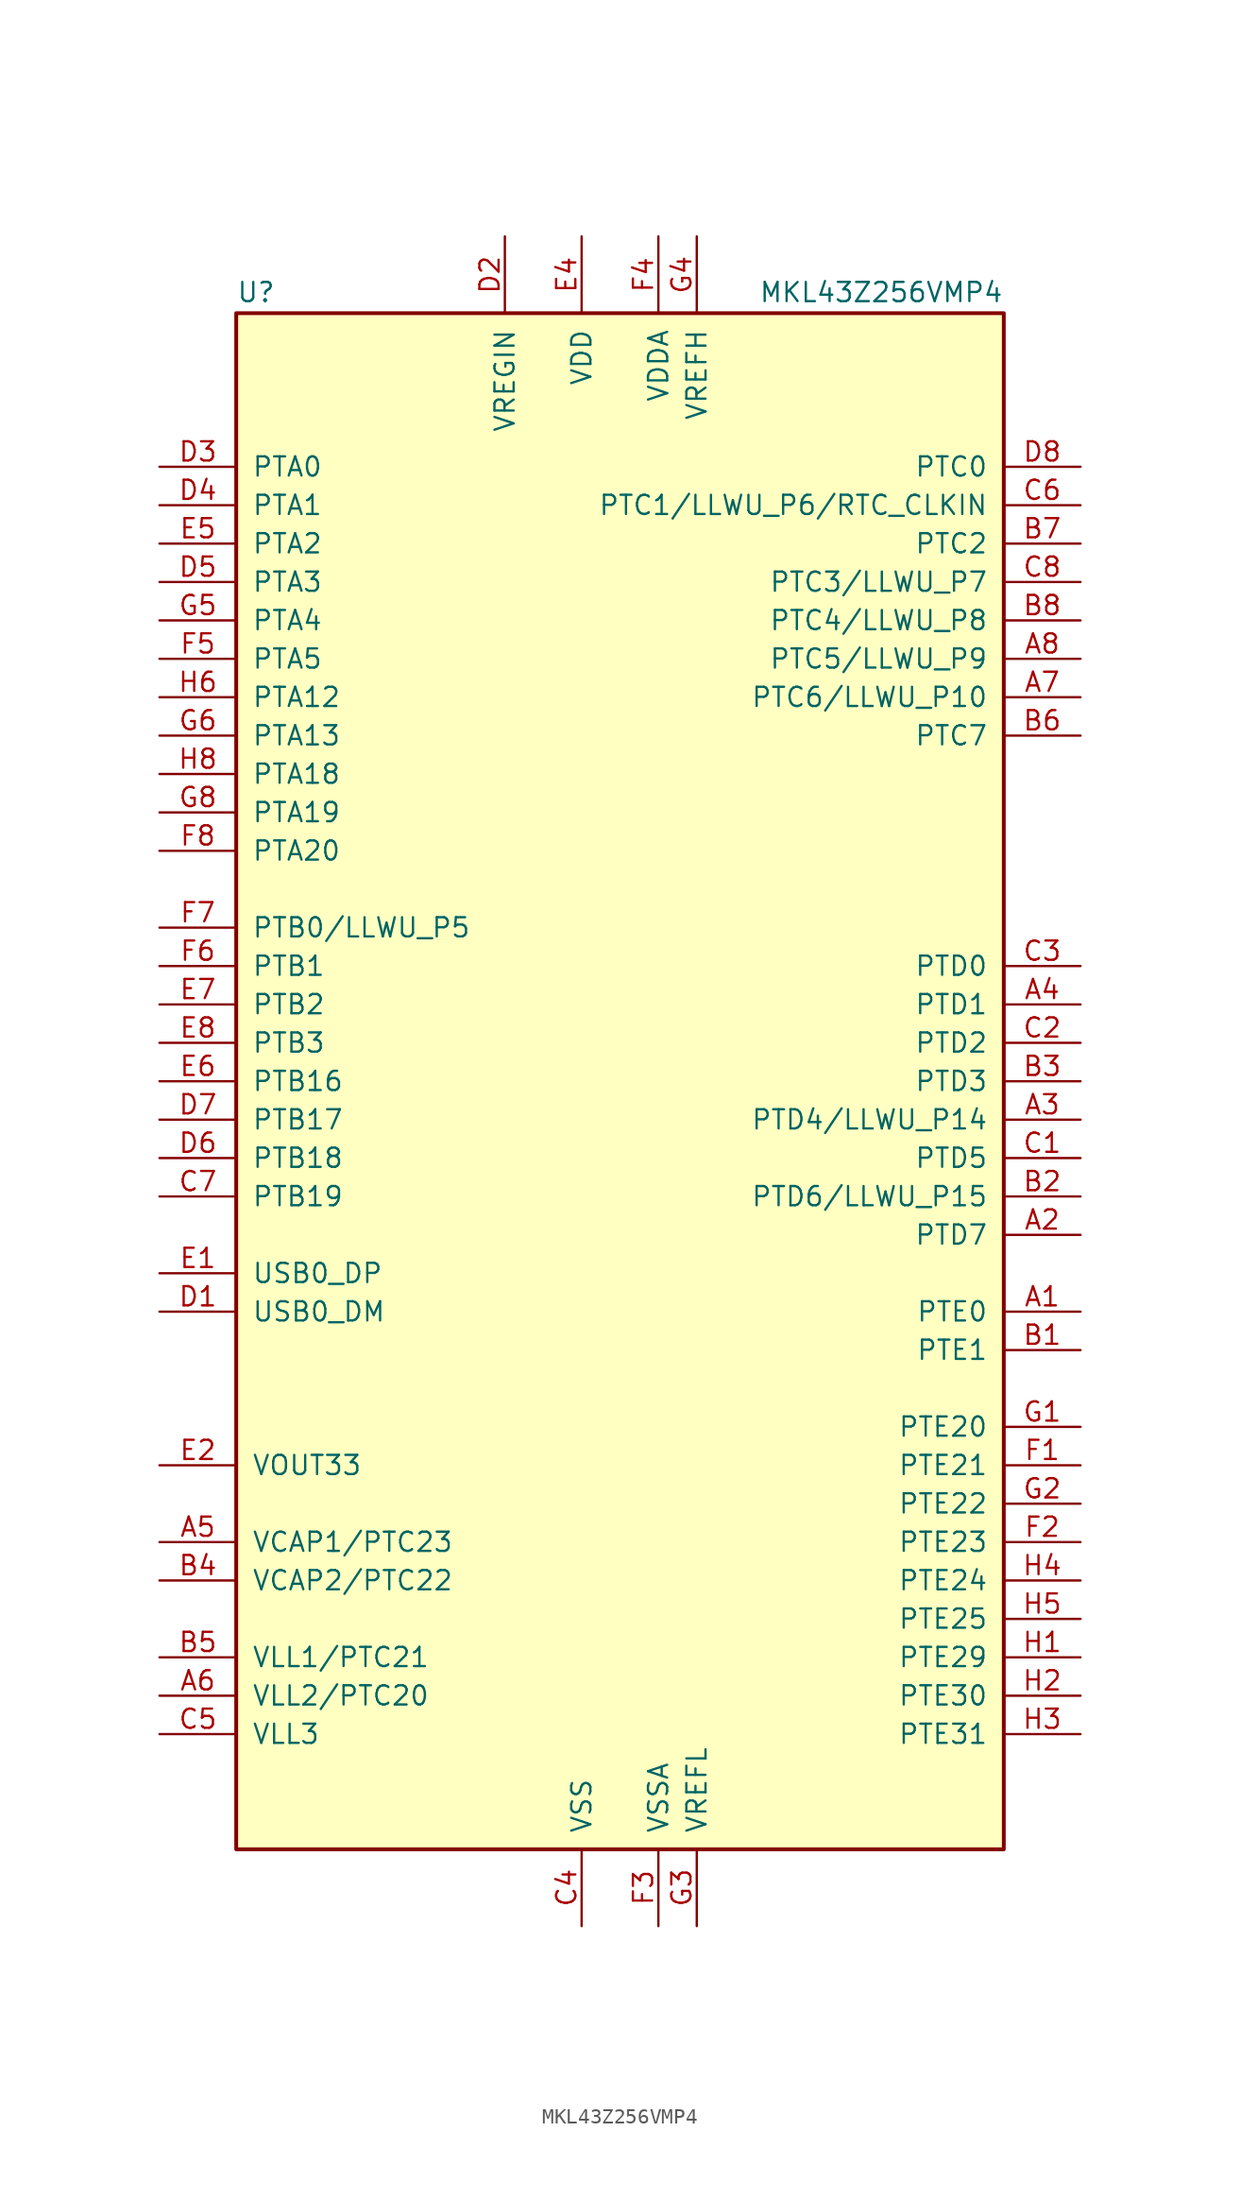
<source format=kicad_sym>
(kicad_symbol_lib
  (version 20211014)
  (generator kicad_symbol_editor)
  (symbol "MKL43Z256VMP4"
    (pin_names
      (offset 1.016))
    (property "Reference" "U"
      (at -25.4 51.435 0)
      (effects (font (size 1.27 1.27)) (justify left bottom)))
    (property "Value" "MKL43Z256VMP4"
      (at 25.4 51.435 0)
      (effects (font (size 1.27 1.27)) (justify right bottom)))
    (symbol "MKL43Z256VMP4_0_1"
      (rectangle (start -25.4 50.8) (end 25.4 -50.8) (stroke (width 0.254) (type default) (color 0 0 0 0)) (fill (type background))))
    (symbol "MKL43Z256VMP4_1_1"
      (pin bidirectional line (at 30.48 -15.24 180) (length 5.08) (name "PTE0" (effects (font (size 1.27 1.27)))) (number "A1" (effects (font (size 1.27 1.27)))))
      (pin bidirectional line (at 30.48 -10.16 180) (length 5.08) (name "PTD7" (effects (font (size 1.27 1.27)))) (number "A2" (effects (font (size 1.27 1.27)))))
      (pin bidirectional line (at 30.48 -2.54 180) (length 5.08) (name "PTD4/LLWU_P14" (effects (font (size 1.27 1.27)))) (number "A3" (effects (font (size 1.27 1.27)))))
      (pin bidirectional line (at 30.48 5.08 180) (length 5.08) (name "PTD1" (effects (font (size 1.27 1.27)))) (number "A4" (effects (font (size 1.27 1.27)))))
      (pin passive line (at -30.48 -30.48 0) (length 5.08) (name "VCAP1/PTC23" (effects (font (size 1.27 1.27)))) (number "A5" (effects (font (size 1.27 1.27)))))
      (pin power_out line (at -30.48 -40.64 0) (length 5.08) (name "VLL2/PTC20" (effects (font (size 1.27 1.27)))) (number "A6" (effects (font (size 1.27 1.27)))))
      (pin bidirectional line (at 30.48 25.4 180) (length 5.08) (name "PTC6/LLWU_P10" (effects (font (size 1.27 1.27)))) (number "A7" (effects (font (size 1.27 1.27)))))
      (pin bidirectional line (at 30.48 27.94 180) (length 5.08) (name "PTC5/LLWU_P9" (effects (font (size 1.27 1.27)))) (number "A8" (effects (font (size 1.27 1.27)))))
      (pin bidirectional line (at 30.48 -17.78 180) (length 5.08) (name "PTE1" (effects (font (size 1.27 1.27)))) (number "B1" (effects (font (size 1.27 1.27)))))
      (pin bidirectional line (at 30.48 -7.62 180) (length 5.08) (name "PTD6/LLWU_P15" (effects (font (size 1.27 1.27)))) (number "B2" (effects (font (size 1.27 1.27)))))
      (pin bidirectional line (at 30.48 0 180) (length 5.08) (name "PTD3" (effects (font (size 1.27 1.27)))) (number "B3" (effects (font (size 1.27 1.27)))))
      (pin passive line (at -30.48 -33.02 0) (length 5.08) (name "VCAP2/PTC22" (effects (font (size 1.27 1.27)))) (number "B4" (effects (font (size 1.27 1.27)))))
      (pin power_out line (at -30.48 -38.1 0) (length 5.08) (name "VLL1/PTC21" (effects (font (size 1.27 1.27)))) (number "B5" (effects (font (size 1.27 1.27)))))
      (pin bidirectional line (at 30.48 22.86 180) (length 5.08) (name "PTC7" (effects (font (size 1.27 1.27)))) (number "B6" (effects (font (size 1.27 1.27)))))
      (pin bidirectional line (at 30.48 35.56 180) (length 5.08) (name "PTC2" (effects (font (size 1.27 1.27)))) (number "B7" (effects (font (size 1.27 1.27)))))
      (pin bidirectional line (at 30.48 30.48 180) (length 5.08) (name "PTC4/LLWU_P8" (effects (font (size 1.27 1.27)))) (number "B8" (effects (font (size 1.27 1.27)))))
      (pin bidirectional line (at 30.48 -5.08 180) (length 5.08) (name "PTD5" (effects (font (size 1.27 1.27)))) (number "C1" (effects (font (size 1.27 1.27)))))
      (pin bidirectional line (at 30.48 2.54 180) (length 5.08) (name "PTD2" (effects (font (size 1.27 1.27)))) (number "C2" (effects (font (size 1.27 1.27)))))
      (pin bidirectional line (at 30.48 7.62 180) (length 5.08) (name "PTD0" (effects (font (size 1.27 1.27)))) (number "C3" (effects (font (size 1.27 1.27)))))
      (pin power_in line (at -2.54 -55.88 90) (length 5.08) (name "VSS" (effects (font (size 1.27 1.27)))) (number "C4" (effects (font (size 1.27 1.27)))))
      (pin power_out line (at -30.48 -43.18 0) (length 5.08) (name "VLL3" (effects (font (size 1.27 1.27)))) (number "C5" (effects (font (size 1.27 1.27)))))
      (pin bidirectional line (at 30.48 38.1 180) (length 5.08) (name "PTC1/LLWU_P6/RTC_CLKIN" (effects (font (size 1.27 1.27)))) (number "C6" (effects (font (size 1.27 1.27)))))
      (pin bidirectional line (at -30.48 -7.62 0) (length 5.08) (name "PTB19" (effects (font (size 1.27 1.27)))) (number "C7" (effects (font (size 1.27 1.27)))))
      (pin bidirectional line (at 30.48 33.02 180) (length 5.08) (name "PTC3/LLWU_P7" (effects (font (size 1.27 1.27)))) (number "C8" (effects (font (size 1.27 1.27)))))
      (pin bidirectional line (at -30.48 -15.24 0) (length 5.08) (name "USB0_DM" (effects (font (size 1.27 1.27)))) (number "D1" (effects (font (size 1.27 1.27)))))
      (pin power_in line (at -7.62 55.88 270) (length 5.08) (name "VREGIN" (effects (font (size 1.27 1.27)))) (number "D2" (effects (font (size 1.27 1.27)))))
      (pin bidirectional line (at -30.48 40.64 0) (length 5.08) (name "PTA0" (effects (font (size 1.27 1.27)))) (number "D3" (effects (font (size 1.27 1.27)))))
      (pin bidirectional line (at -30.48 38.1 0) (length 5.08) (name "PTA1" (effects (font (size 1.27 1.27)))) (number "D4" (effects (font (size 1.27 1.27)))))
      (pin bidirectional line (at -30.48 33.02 0) (length 5.08) (name "PTA3" (effects (font (size 1.27 1.27)))) (number "D5" (effects (font (size 1.27 1.27)))))
      (pin bidirectional line (at -30.48 -5.08 0) (length 5.08) (name "PTB18" (effects (font (size 1.27 1.27)))) (number "D6" (effects (font (size 1.27 1.27)))))
      (pin bidirectional line (at -30.48 -2.54 0) (length 5.08) (name "PTB17" (effects (font (size 1.27 1.27)))) (number "D7" (effects (font (size 1.27 1.27)))))
      (pin bidirectional line (at 30.48 40.64 180) (length 5.08) (name "PTC0" (effects (font (size 1.27 1.27)))) (number "D8" (effects (font (size 1.27 1.27)))))
      (pin bidirectional line (at -30.48 -12.7 0) (length 5.08) (name "USB0_DP" (effects (font (size 1.27 1.27)))) (number "E1" (effects (font (size 1.27 1.27)))))
      (pin power_out line (at -30.48 -25.4 0) (length 5.08) (name "VOUT33" (effects (font (size 1.27 1.27)))) (number "E2" (effects (font (size 1.27 1.27)))))
      (pin passive line (at -2.54 -55.88 90) (length 5.08) hide (name "VSS" (effects (font (size 1.27 1.27)))) (number "E3" (effects (font (size 1.27 1.27)))))
      (pin power_in line (at -2.54 55.88 270) (length 5.08) (name "VDD" (effects (font (size 1.27 1.27)))) (number "E4" (effects (font (size 1.27 1.27)))))
      (pin bidirectional line (at -30.48 35.56 0) (length 5.08) (name "PTA2" (effects (font (size 1.27 1.27)))) (number "E5" (effects (font (size 1.27 1.27)))))
      (pin bidirectional line (at -30.48 0 0) (length 5.08) (name "PTB16" (effects (font (size 1.27 1.27)))) (number "E6" (effects (font (size 1.27 1.27)))))
      (pin bidirectional line (at -30.48 5.08 0) (length 5.08) (name "PTB2" (effects (font (size 1.27 1.27)))) (number "E7" (effects (font (size 1.27 1.27)))))
      (pin bidirectional line (at -30.48 2.54 0) (length 5.08) (name "PTB3" (effects (font (size 1.27 1.27)))) (number "E8" (effects (font (size 1.27 1.27)))))
      (pin bidirectional line (at 30.48 -25.4 180) (length 5.08) (name "PTE21" (effects (font (size 1.27 1.27)))) (number "F1" (effects (font (size 1.27 1.27)))))
      (pin bidirectional line (at 30.48 -30.48 180) (length 5.08) (name "PTE23" (effects (font (size 1.27 1.27)))) (number "F2" (effects (font (size 1.27 1.27)))))
      (pin power_in line (at 2.54 -55.88 90) (length 5.08) (name "VSSA" (effects (font (size 1.27 1.27)))) (number "F3" (effects (font (size 1.27 1.27)))))
      (pin power_in line (at 2.54 55.88 270) (length 5.08) (name "VDDA" (effects (font (size 1.27 1.27)))) (number "F4" (effects (font (size 1.27 1.27)))))
      (pin bidirectional line (at -30.48 27.94 0) (length 5.08) (name "PTA5" (effects (font (size 1.27 1.27)))) (number "F5" (effects (font (size 1.27 1.27)))))
      (pin bidirectional line (at -30.48 7.62 0) (length 5.08) (name "PTB1" (effects (font (size 1.27 1.27)))) (number "F6" (effects (font (size 1.27 1.27)))))
      (pin bidirectional line (at -30.48 10.16 0) (length 5.08) (name "PTB0/LLWU_P5" (effects (font (size 1.27 1.27)))) (number "F7" (effects (font (size 1.27 1.27)))))
      (pin bidirectional line (at -30.48 15.24 0) (length 5.08) (name "PTA20" (effects (font (size 1.27 1.27)))) (number "F8" (effects (font (size 1.27 1.27)))))
      (pin bidirectional line (at 30.48 -22.86 180) (length 5.08) (name "PTE20" (effects (font (size 1.27 1.27)))) (number "G1" (effects (font (size 1.27 1.27)))))
      (pin bidirectional line (at 30.48 -27.94 180) (length 5.08) (name "PTE22" (effects (font (size 1.27 1.27)))) (number "G2" (effects (font (size 1.27 1.27)))))
      (pin power_in line (at 5.08 -55.88 90) (length 5.08) (name "VREFL" (effects (font (size 1.27 1.27)))) (number "G3" (effects (font (size 1.27 1.27)))))
      (pin power_in line (at 5.08 55.88 270) (length 5.08) (name "VREFH" (effects (font (size 1.27 1.27)))) (number "G4" (effects (font (size 1.27 1.27)))))
      (pin bidirectional line (at -30.48 30.48 0) (length 5.08) (name "PTA4" (effects (font (size 1.27 1.27)))) (number "G5" (effects (font (size 1.27 1.27)))))
      (pin bidirectional line (at -30.48 22.86 0) (length 5.08) (name "PTA13" (effects (font (size 1.27 1.27)))) (number "G6" (effects (font (size 1.27 1.27)))))
      (pin passive line (at -2.54 55.88 270) (length 5.08) hide (name "VDD" (effects (font (size 1.27 1.27)))) (number "G7" (effects (font (size 1.27 1.27)))))
      (pin bidirectional line (at -30.48 17.78 0) (length 5.08) (name "PTA19" (effects (font (size 1.27 1.27)))) (number "G8" (effects (font (size 1.27 1.27)))))
      (pin bidirectional line (at 30.48 -38.1 180) (length 5.08) (name "PTE29" (effects (font (size 1.27 1.27)))) (number "H1" (effects (font (size 1.27 1.27)))))
      (pin bidirectional line (at 30.48 -40.64 180) (length 5.08) (name "PTE30" (effects (font (size 1.27 1.27)))) (number "H2" (effects (font (size 1.27 1.27)))))
      (pin bidirectional line (at 30.48 -43.18 180) (length 5.08) (name "PTE31" (effects (font (size 1.27 1.27)))) (number "H3" (effects (font (size 1.27 1.27)))))
      (pin bidirectional line (at 30.48 -33.02 180) (length 5.08) (name "PTE24" (effects (font (size 1.27 1.27)))) (number "H4" (effects (font (size 1.27 1.27)))))
      (pin bidirectional line (at 30.48 -35.56 180) (length 5.08) (name "PTE25" (effects (font (size 1.27 1.27)))) (number "H5" (effects (font (size 1.27 1.27)))))
      (pin bidirectional line (at -30.48 25.4 0) (length 5.08) (name "PTA12" (effects (font (size 1.27 1.27)))) (number "H6" (effects (font (size 1.27 1.27)))))
      (pin passive line (at -2.54 -55.88 90) (length 5.08) hide (name "VSS" (effects (font (size 1.27 1.27)))) (number "H7" (effects (font (size 1.27 1.27)))))
      (pin bidirectional line (at -30.48 20.32 0) (length 5.08) (name "PTA18" (effects (font (size 1.27 1.27)))) (number "H8" (effects (font (size 1.27 1.27))))))))
</source>
